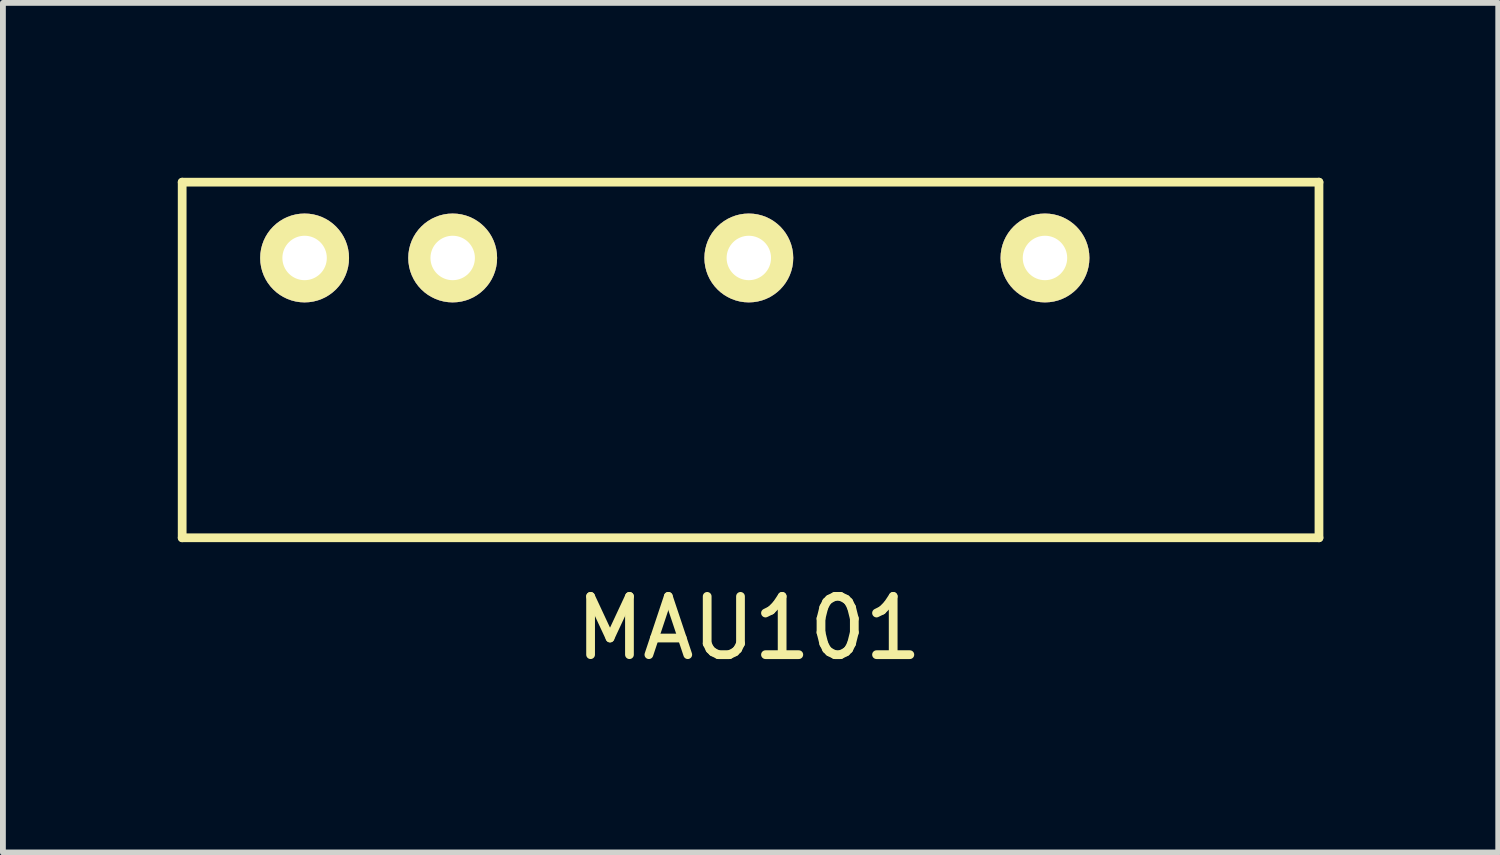
<source format=kicad_pcb>
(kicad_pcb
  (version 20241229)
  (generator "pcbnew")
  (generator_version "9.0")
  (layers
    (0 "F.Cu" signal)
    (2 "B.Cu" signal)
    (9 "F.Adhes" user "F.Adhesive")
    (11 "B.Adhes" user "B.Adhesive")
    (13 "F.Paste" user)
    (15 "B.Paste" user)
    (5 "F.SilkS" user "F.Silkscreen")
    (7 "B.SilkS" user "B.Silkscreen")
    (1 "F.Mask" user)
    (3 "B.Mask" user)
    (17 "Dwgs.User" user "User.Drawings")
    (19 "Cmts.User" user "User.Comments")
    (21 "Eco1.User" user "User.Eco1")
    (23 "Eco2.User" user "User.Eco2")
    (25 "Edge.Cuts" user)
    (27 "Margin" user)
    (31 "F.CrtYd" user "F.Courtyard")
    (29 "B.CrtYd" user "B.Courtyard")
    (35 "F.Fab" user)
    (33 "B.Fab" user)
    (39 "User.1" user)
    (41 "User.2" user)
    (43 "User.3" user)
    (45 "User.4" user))
  (footprint "MAU101"
    (layer "F.Cu")
    (at 9.795 1.375)
    (property "Reference" "MAU101" (at 0 6.35 0) (layer "F.SilkS") (effects (font (size 1 1) (thickness 0.15))))
    (attr through_hole)
    (fp_line (start -9.72 -1.3) (end 9.78 -1.3) (stroke (width 0.15) (type solid)) (layer "F.SilkS"))
    (fp_line (start -9.72 4.8) (end -9.72 -1.3) (stroke (width 0.15) (type solid)) (layer "F.SilkS"))
    (fp_line (start 9.78 -1.3) (end 9.78 4.8) (stroke (width 0.15) (type solid)) (layer "F.SilkS"))
    (fp_line (start 9.78 4.8) (end -9.72 4.8) (stroke (width 0.15) (type solid)) (layer "F.SilkS"))
    (pad "1" thru_hole circle (at -7.62 0) (size 1.524 1.524) (drill 0.762) (layers "*.Cu" "*.Mask" "F.SilkS"))
    (pad "2" thru_hole circle (at -5.08 0) (size 1.524 1.524) (drill 0.762) (layers "*.Cu" "*.Mask" "F.SilkS"))
    (pad "4" thru_hole circle (at 0 0) (size 1.524 1.524) (drill 0.762) (layers "*.Cu" "*.Mask" "F.SilkS"))
    (pad "6" thru_hole circle (at 5.08 0) (size 1.524 1.524) (drill 0.762) (layers "*.Cu" "*.Mask" "F.SilkS")))
  (gr_rect
    (start -3 -3)
    (end 22.65 11.573)
    (stroke (width 0.1) (type default))
    (fill no)
    (layer "Edge.Cuts")))
</source>
